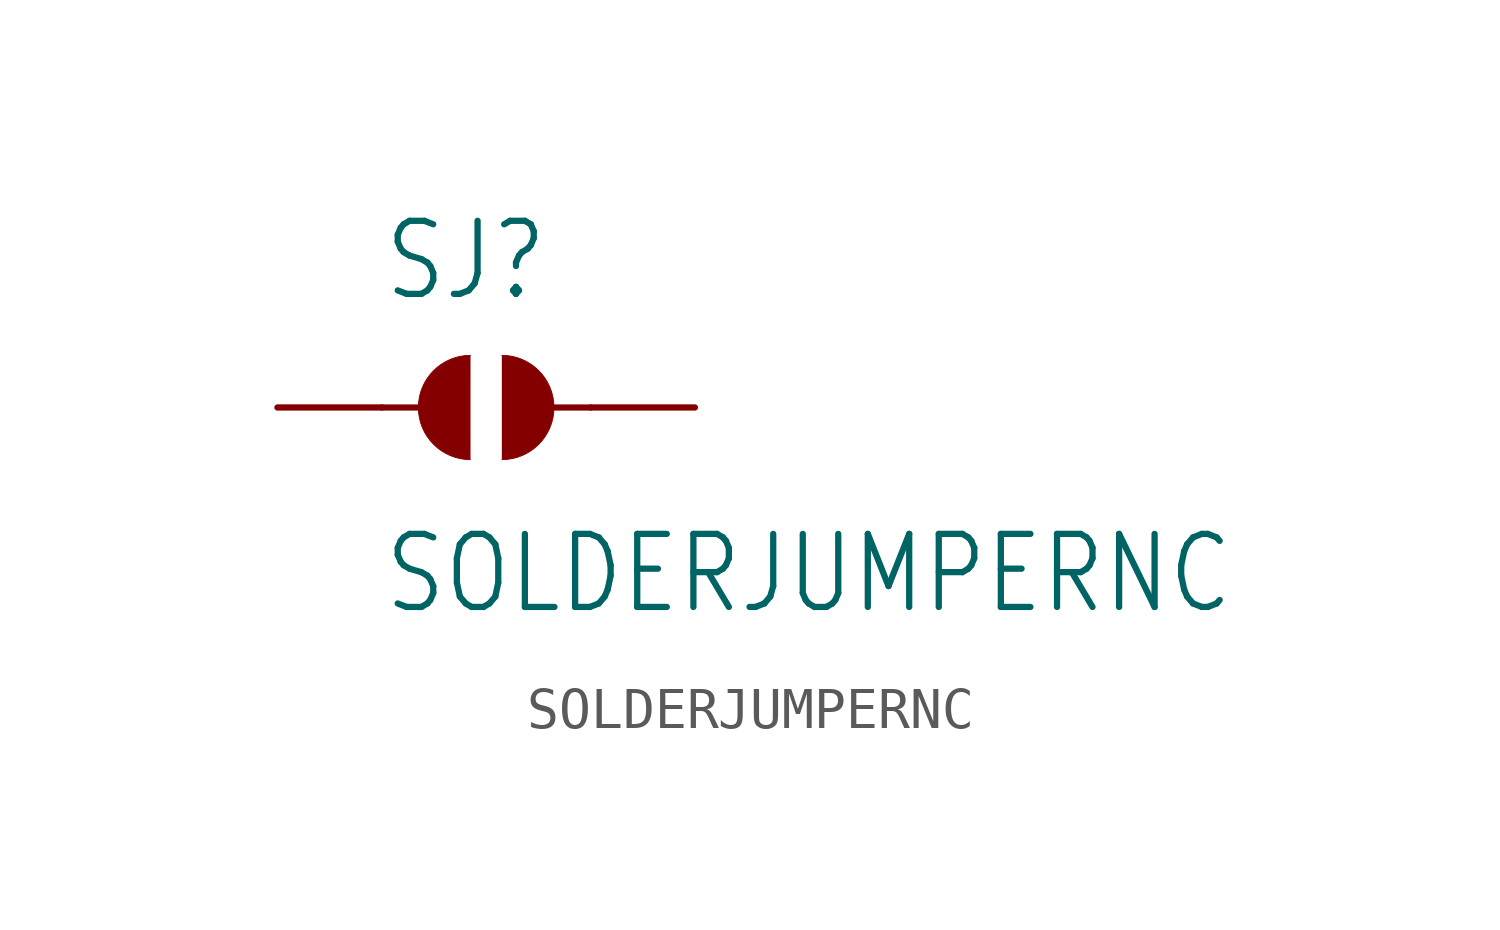
<source format=kicad_sym>
(kicad_symbol_lib
  (version 20211014)
  (generator kicad_symbol_editor)
  (symbol "SOLDERJUMPERNC"
    (property "Reference" "SJ"
      (at -2.54 2.54 0)
      (effects (font (size 1.778 1.511)) (justify left bottom)))
    (property "Value" "SOLDERJUMPERNC"
      (at -2.54 -5.08 0)
      (effects (font (size 1.778 1.511)) (justify left bottom)))
    (property "ki_locked" ""
      (at 0 0 0)
      (effects (font (size 1.27 1.27))))
    (symbol "SOLDERJUMPERNC_1_0"
      (arc (start -0.381 1.2699) (mid -1.6508 0) (end -0.381 -1.2699) (stroke (width 0.0001) (type default) (color 0 0 0 0)) (fill (type outline)))
      (polyline (pts (xy -2.54 0) (xy -1.651 0)) (stroke (width 0.152) (type default) (color 0 0 0 0)) (fill (type none)))
      (polyline (pts (xy 2.54 0) (xy 1.651 0)) (stroke (width 0.152) (type default) (color 0 0 0 0)) (fill (type none)))
      (arc (start 0.381 -1.2699) (mid 1.6508 0) (end 0.381 1.2699) (stroke (width 0.0001) (type default) (color 0 0 0 0)) (fill (type outline)))
      (pin passive line (at -5.08 0 0) (length 2.54) (name "1" (effects (font (size 0 0)))) (number "1" (effects (font (size 0 0)))))
      (pin passive line (at 5.08 0 180) (length 2.54) (name "2" (effects (font (size 0 0)))) (number "2" (effects (font (size 0 0))))))))
</source>
